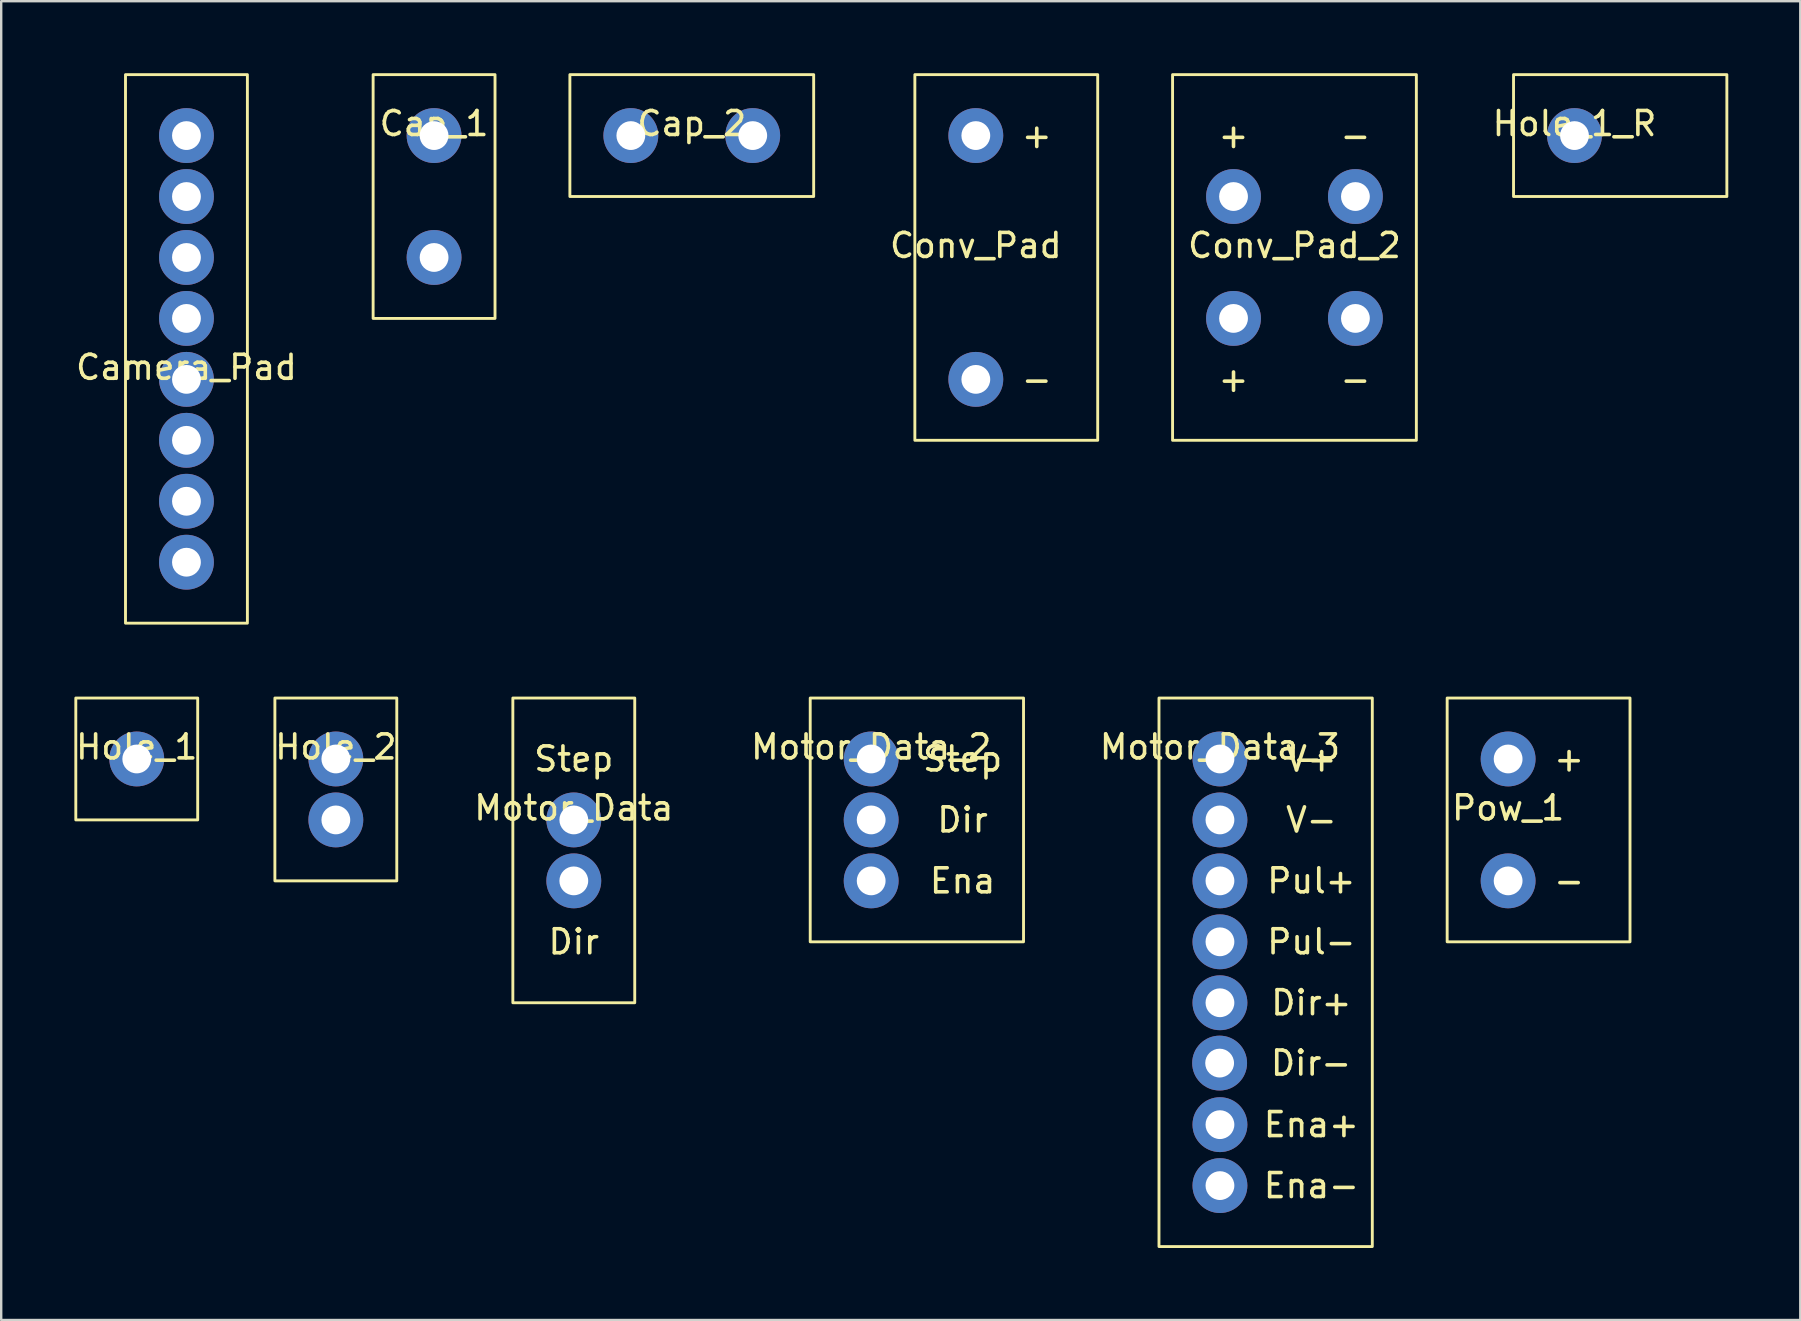
<source format=kicad_pcb>
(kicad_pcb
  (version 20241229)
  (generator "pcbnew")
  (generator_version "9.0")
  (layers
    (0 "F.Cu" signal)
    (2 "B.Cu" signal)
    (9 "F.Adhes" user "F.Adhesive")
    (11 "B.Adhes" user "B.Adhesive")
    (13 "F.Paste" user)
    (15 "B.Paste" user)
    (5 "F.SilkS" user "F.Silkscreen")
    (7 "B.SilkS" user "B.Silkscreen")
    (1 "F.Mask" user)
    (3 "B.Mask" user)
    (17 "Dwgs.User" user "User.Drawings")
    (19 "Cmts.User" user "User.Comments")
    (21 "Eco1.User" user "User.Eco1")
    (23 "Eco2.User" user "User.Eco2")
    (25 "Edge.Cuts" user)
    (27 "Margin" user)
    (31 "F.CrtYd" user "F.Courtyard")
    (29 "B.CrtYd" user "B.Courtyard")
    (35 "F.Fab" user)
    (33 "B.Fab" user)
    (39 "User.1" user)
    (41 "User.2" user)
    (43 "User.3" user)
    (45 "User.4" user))
  (footprint "Camera_Pad"
    (layer "F.Cu")
    (at 4.72 12.76)
    (property "Reference" "Camera_Pad" (at 0 -0.5 0) (unlocked yes) (layer "F.SilkS") (effects (font (size 1 1) (thickness 0.15))))
    (attr smd)
    (fp_rect (start -2.54 -12.7) (end 2.54 10.16) (stroke (width 0.12) (type solid)) (fill no) (layer "F.SilkS"))
    (pad "1" thru_hole circle (at 0 -10.16) (size 2.286 2.286) (drill 1.2) (layers "*.Cu" "*.Mask"))
    (pad "2" thru_hole circle (at 0 -7.62) (size 2.286 2.286) (drill 1.2) (layers "*.Cu" "*.Mask"))
    (pad "3" thru_hole circle (at 0 -5.08) (size 2.286 2.286) (drill 1.2) (layers "*.Cu" "*.Mask"))
    (pad "4" thru_hole circle (at 0 -2.54) (size 2.286 2.286) (drill 1.2) (layers "*.Cu" "*.Mask"))
    (pad "7" thru_hole circle (at 0 0) (size 2.286 2.286) (drill 1.2) (layers "*.Cu" "*.Mask"))
    (pad "8" thru_hole circle (at 0 2.54) (size 2.286 2.286) (drill 1.2) (layers "*.Cu" "*.Mask"))
    (pad "9" thru_hole circle (at 0 5.08) (size 2.286 2.286) (drill 1.2) (layers "*.Cu" "*.Mask"))
    (pad "10" thru_hole circle (at 0 7.62) (size 2.286 2.286) (drill 1.2) (layers "*.Cu" "*.Mask")))
  (footprint "Motor_Data"
    (layer "F.Cu")
    (at 20.863 31.12)
    (property "Reference" "Motor_Data" (at 0 -0.5 0) (unlocked yes) (layer "F.SilkS") (effects (font (size 1 1) (thickness 0.15))))
    (attr smd)
    (fp_rect (start 2.54 7.62) (end -2.54 -5.08) (stroke (width 0.12) (type solid)) (fill no) (layer "F.SilkS"))
    (fp_text user "Step" (at 0 -2.54 0) (unlocked yes) (layer "F.SilkS") (effects (font (size 1 1) (thickness 0.15))))
    (fp_text user "Dir" (at 0 5.08 0) (unlocked yes) (layer "F.SilkS") (effects (font (size 1 1) (thickness 0.15))))
    (pad "1" thru_hole circle (at 0 0) (size 2.286 2.286) (drill 1.2) (layers "*.Cu" "*.Mask"))
    (pad "2" thru_hole circle (at 0 2.54) (size 2.286 2.286) (drill 1.2) (layers "*.Cu" "*.Mask")))
  (footprint "Cap_2"
    (layer "F.Cu")
    (at 25.78 2.6)
    (property "Reference" "Cap_2" (at 0 -0.5 0) (unlocked yes) (layer "F.SilkS") (effects (font (size 1 1) (thickness 0.15))))
    (attr smd)
    (fp_rect (start -5.08 -2.54) (end 5.08 2.54) (stroke (width 0.12) (type solid)) (fill no) (layer "F.SilkS"))
    (pad "1" thru_hole circle (at 2.54 0) (size 2.286 2.286) (drill 1.2) (layers "*.Cu" "*.Mask"))
    (pad "2" thru_hole circle (at -2.54 0) (size 2.286 2.286) (drill 1.2) (layers "*.Cu" "*.Mask")))
  (footprint "Pow_1"
    (layer "F.Cu")
    (at 59.801 31.12)
    (property "Reference" "Pow_1" (at 0 -0.5 0) (unlocked yes) (layer "F.SilkS") (effects (font (size 1 1) (thickness 0.15))))
    (attr smd)
    (fp_rect (start -2.54 -5.08) (end 5.08 5.08) (stroke (width 0.12) (type solid)) (fill no) (layer "F.SilkS"))
    (fp_text user "-" (at 2.54 2.54 0) (unlocked yes) (layer "F.SilkS") (effects (font (size 1 1) (thickness 0.15))))
    (fp_text user "+" (at 2.54 -2.54 0) (unlocked yes) (layer "F.SilkS") (effects (font (size 1 1) (thickness 0.15))))
    (pad "1" thru_hole circle (at 0 -2.54) (size 2.286 2.286) (drill 1.2) (layers "*.Cu" "*.Mask"))
    (pad "2" thru_hole circle (at 0 2.54) (size 2.286 2.286) (drill 1.2) (layers "*.Cu" "*.Mask")))
  (footprint "Motor_Data_3"
    (layer "F.Cu")
    (at 47.791 28.58)
    (property "Reference" "Motor_Data_3" (at 0 -0.5 0) (unlocked yes) (layer "F.SilkS") (effects (font (size 1 1) (thickness 0.15))))
    (attr smd)
    (fp_rect (start 6.35 20.32) (end -2.54 -2.54) (stroke (width 0.12) (type solid)) (fill no) (layer "F.SilkS"))
    (fp_text user "V-" (at 3.81 2.54 0) (unlocked yes) (layer "F.SilkS") (effects (font (size 1 1) (thickness 0.15))))
    (fp_text user "Ena+" (at 3.81 15.24 0) (unlocked yes) (layer "F.SilkS") (effects (font (size 1 1) (thickness 0.15))))
    (fp_text user "Dir-" (at 3.797 12.674 0) (unlocked yes) (layer "F.SilkS") (effects (font (size 1 1) (thickness 0.15))))
    (fp_text user "Ena-" (at 3.81 17.78 0) (unlocked yes) (layer "F.SilkS") (effects (font (size 1 1) (thickness 0.15))))
    (fp_text user "Pul-" (at 3.81 7.62 0) (unlocked yes) (layer "F.SilkS") (effects (font (size 1 1) (thickness 0.15))))
    (fp_text user "Dir+" (at 3.81 10.16 0) (unlocked yes) (layer "F.SilkS") (effects (font (size 1 1) (thickness 0.15))))
    (fp_text user "Pul+" (at 3.81 5.08 0) (unlocked yes) (layer "F.SilkS") (effects (font (size 1 1) (thickness 0.15))))
    (fp_text user "V+" (at 3.81 0 0) (unlocked yes) (layer "F.SilkS") (effects (font (size 1 1) (thickness 0.15))))
    (pad "1" thru_hole circle (at 0 0) (size 2.286 2.286) (drill 1.2) (layers "*.Cu" "*.Mask"))
    (pad "2" thru_hole circle (at 0 2.54) (size 2.286 2.286) (drill 1.2) (layers "*.Cu" "*.Mask"))
    (pad "3" thru_hole circle (at 0 5.08) (size 2.286 2.286) (drill 1.2) (layers "*.Cu" "*.Mask"))
    (pad "4" thru_hole circle (at 0 7.62) (size 2.286 2.286) (drill 1.2) (layers "*.Cu" "*.Mask"))
    (pad "5" thru_hole circle (at 0 10.16) (size 2.286 2.286) (drill 1.2) (layers "*.Cu" "*.Mask"))
    (pad "6" thru_hole circle (at -0.013 12.674) (size 2.286 2.286) (drill 1.2) (layers "*.Cu" "*.Mask"))
    (pad "7" thru_hole circle (at 0 15.24) (size 2.286 2.286) (drill 1.2) (layers "*.Cu" "*.Mask"))
    (pad "8" thru_hole circle (at 0 17.78) (size 2.286 2.286) (drill 1.2) (layers "*.Cu" "*.Mask")))
  (footprint "Motor_Data_2"
    (layer "F.Cu")
    (at 33.256 28.58)
    (property "Reference" "Motor_Data_2" (at 0 -0.5 0) (unlocked yes) (layer "F.SilkS") (effects (font (size 1 1) (thickness 0.15))))
    (attr smd)
    (fp_rect (start 6.35 7.62) (end -2.54 -2.54) (stroke (width 0.12) (type solid)) (fill no) (layer "F.SilkS"))
    (fp_text user "Step" (at 3.81 0 0) (unlocked yes) (layer "F.SilkS") (effects (font (size 1 1) (thickness 0.15))))
    (fp_text user "Dir" (at 3.81 2.54 0) (unlocked yes) (layer "F.SilkS") (effects (font (size 1 1) (thickness 0.15))))
    (fp_text user "Ena" (at 3.81 5.08 0) (unlocked yes) (layer "F.SilkS") (effects (font (size 1 1) (thickness 0.15))))
    (pad "1" thru_hole circle (at 0 0) (size 2.286 2.286) (drill 1.2) (layers "*.Cu" "*.Mask"))
    (pad "2" thru_hole circle (at 0 2.54) (size 2.286 2.286) (drill 1.2) (layers "*.Cu" "*.Mask"))
    (pad "3" thru_hole circle (at 0 5.08) (size 2.286 2.286) (drill 1.2) (layers "*.Cu" "*.Mask")))
  (footprint "Conv_Pad_2"
    (layer "F.Cu")
    (at 50.897 7.68)
    (property "Reference" "Conv_Pad_2" (at 0 -0.5 0) (unlocked yes) (layer "F.SilkS") (effects (font (size 1 1) (thickness 0.15))))
    (attr smd)
    (fp_rect (start -5.08 -7.62) (end 5.08 7.62) (stroke (width 0.12) (type solid)) (fill no) (layer "F.SilkS"))
    (fp_text user "+" (at -2.54 5.08 0) (unlocked yes) (layer "F.SilkS") (effects (font (size 1 1) (thickness 0.15))))
    (fp_text user "-" (at 2.54 -5.08 0) (unlocked yes) (layer "F.SilkS") (effects (font (size 1 1) (thickness 0.15))))
    (fp_text user "-" (at 2.54 5.08 0) (unlocked yes) (layer "F.SilkS") (effects (font (size 1 1) (thickness 0.15))))
    (fp_text user "+" (at -2.54 -5.08 0) (unlocked yes) (layer "F.SilkS") (effects (font (size 1 1) (thickness 0.15))))
    (pad "1" thru_hole circle (at -2.54 -2.54) (size 2.286 2.286) (drill 1.2) (layers "*.Cu" "*.Mask"))
    (pad "2" thru_hole circle (at 2.54 -2.54) (size 2.286 2.286) (drill 1.2) (layers "*.Cu" "*.Mask"))
    (pad "3" thru_hole circle (at -2.54 2.54) (size 2.286 2.286) (drill 1.2) (layers "*.Cu" "*.Mask"))
    (pad "4" thru_hole circle (at 2.54 2.54) (size 2.286 2.286) (drill 1.2) (layers "*.Cu" "*.Mask")))
  (footprint "Hole_1"
    (layer "F.Cu")
    (at 2.649 28.58)
    (property "Reference" "Hole_1" (at 0 -0.5 0) (unlocked yes) (layer "F.SilkS") (effects (font (size 1 1) (thickness 0.15))))
    (attr smd)
    (fp_rect (start 2.54 2.54) (end -2.54 -2.54) (stroke (width 0.12) (type solid)) (fill no) (layer "F.SilkS"))
    (pad "1" thru_hole circle (at 0 0) (size 2.286 2.286) (drill 1.2) (layers "*.Cu" "*.Mask")))
  (footprint "Cap_1"
    (layer "F.Cu")
    (at 15.04 2.6)
    (property "Reference" "Cap_1" (at 0 -0.5 0) (unlocked yes) (layer "F.SilkS") (effects (font (size 1 1) (thickness 0.15))))
    (attr smd)
    (fp_rect (start -2.54 -2.54) (end 2.54 7.62) (stroke (width 0.12) (type solid)) (fill no) (layer "F.SilkS"))
    (pad "1" thru_hole circle (at 0 0) (size 2.286 2.286) (drill 1.2) (layers "*.Cu" "*.Mask"))
    (pad "2" thru_hole circle (at 0 5.08) (size 2.286 2.286) (drill 1.2) (layers "*.Cu" "*.Mask")))
  (footprint "Conv_Pad"
    (layer "F.Cu")
    (at 37.617 7.68)
    (property "Reference" "Conv_Pad" (at 0 -0.5 0) (unlocked yes) (layer "F.SilkS") (effects (font (size 1 1) (thickness 0.15))))
    (attr smd)
    (fp_rect (start -2.54 -7.62) (end 5.08 7.62) (stroke (width 0.12) (type solid)) (fill no) (layer "F.SilkS"))
    (fp_text user "+" (at 2.54 -5.08 0) (unlocked yes) (layer "F.SilkS") (effects (font (size 1 1) (thickness 0.15))))
    (fp_text user "-" (at 2.54 5.08 0) (unlocked yes) (layer "F.SilkS") (effects (font (size 1 1) (thickness 0.15))))
    (pad "1" thru_hole circle (at 0 -5.08) (size 2.286 2.286) (drill 1.2) (layers "*.Cu" "*.Mask"))
    (pad "2" thru_hole circle (at 0 5.08) (size 2.286 2.286) (drill 1.2) (layers "*.Cu" "*.Mask")))
  (footprint "Hole_1_R"
    (layer "F.Cu")
    (at 62.567 2.6)
    (property "Reference" "Hole_1_R" (at 0 -0.5 0) (unlocked yes) (layer "F.SilkS") (effects (font (size 1 1) (thickness 0.15))))
    (attr smd)
    (fp_rect (start 6.35 2.54) (end -2.54 -2.54) (stroke (width 0.12) (type solid)) (fill no) (layer "F.SilkS"))
    (pad "1" thru_hole circle (at 0 0) (size 2.286 2.286) (drill 1.2) (layers "*.Cu" "*.Mask")))
  (footprint "Hole_2"
    (layer "F.Cu")
    (at 10.946 28.58)
    (property "Reference" "Hole_2" (at 0 -0.5 0) (unlocked yes) (layer "F.SilkS") (effects (font (size 1 1) (thickness 0.15))))
    (attr smd)
    (fp_rect (start 2.54 5.08) (end -2.54 -2.54) (stroke (width 0.12) (type solid)) (fill no) (layer "F.SilkS"))
    (pad "1" thru_hole circle (at 0 0) (size 2.286 2.286) (drill 1.2) (layers "*.Cu" "*.Mask"))
    (pad "2" thru_hole circle (at 0 2.54) (size 2.286 2.286) (drill 1.2) (layers "*.Cu" "*.Mask")))
  (gr_rect
    (start -3 -3)
    (end 71.977 51.96)
    (stroke (width 0.1) (type default))
    (fill no)
    (layer "Edge.Cuts")))
</source>
